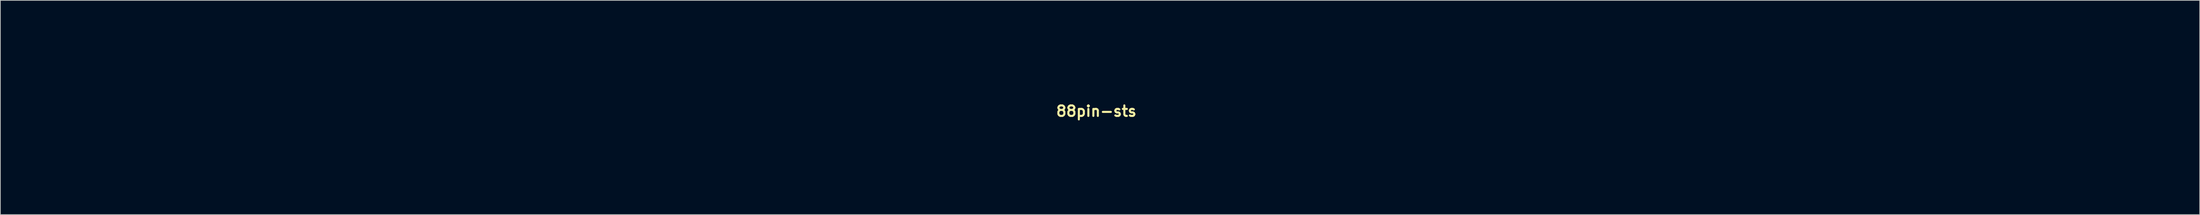
<source format=kicad_pcb>
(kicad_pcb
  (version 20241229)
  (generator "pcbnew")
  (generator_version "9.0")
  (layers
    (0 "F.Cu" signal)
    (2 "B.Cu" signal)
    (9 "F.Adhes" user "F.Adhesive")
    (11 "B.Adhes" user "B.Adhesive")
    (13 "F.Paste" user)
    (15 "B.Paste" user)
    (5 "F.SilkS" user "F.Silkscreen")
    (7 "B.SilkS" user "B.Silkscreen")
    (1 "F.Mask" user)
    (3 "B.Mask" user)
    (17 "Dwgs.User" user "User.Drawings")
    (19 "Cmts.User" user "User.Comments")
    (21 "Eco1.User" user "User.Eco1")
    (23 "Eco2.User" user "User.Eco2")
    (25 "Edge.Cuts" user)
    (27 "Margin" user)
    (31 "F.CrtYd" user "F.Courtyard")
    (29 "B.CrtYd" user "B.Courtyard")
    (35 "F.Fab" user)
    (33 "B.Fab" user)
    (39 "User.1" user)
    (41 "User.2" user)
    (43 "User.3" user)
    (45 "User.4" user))
  (footprint "88pin-sts"
    (layer "F.Cu")
    (at 156.148 13.106)
    (property "Reference" "88pin-sts" (at 0 0 0) (layer "F.SilkS") (effects (font (size 1.524 1.524) (thickness 0.3))))
    (attr through_hole)
    (fp_poly (pts (xy -151.598 6.551) (xy -151.732 6.684) (xy -151.865 6.551) (xy -151.732 6.417) (xy -151.598 6.551)) (stroke (width 0.01) (type solid)) (fill no) (layer "Eco1.User"))
    (fp_poly (pts (xy -150.261 7.887) (xy -150.395 8.021) (xy -150.528 7.887) (xy -150.395 7.754) (xy -150.261 7.887)) (stroke (width 0.01) (type solid)) (fill no) (layer "Eco1.User"))
    (fp_poly (pts (xy -147.053 1.738) (xy -147.186 1.872) (xy -147.32 1.738) (xy -147.186 1.604) (xy -147.053 1.738)) (stroke (width 0.01) (type solid)) (fill no) (layer "Eco1.User"))
    (fp_poly (pts (xy -145.448 3.342) (xy -145.582 3.476) (xy -145.716 3.342) (xy -145.582 3.208) (xy -145.448 3.342)) (stroke (width 0.01) (type solid)) (fill no) (layer "Eco1.User"))
    (fp_poly (pts (xy 147.053 2.807) (xy 146.919 2.941) (xy 146.785 2.807) (xy 146.919 2.674) (xy 147.053 2.807)) (stroke (width 0.01) (type solid)) (fill no) (layer "Eco1.User"))
    (fp_poly (pts (xy 147.053 5.748) (xy 146.919 5.882) (xy 146.785 5.748) (xy 146.919 5.615) (xy 147.053 5.748)) (stroke (width 0.01) (type solid)) (fill no) (layer "Eco1.User"))
    (fp_poly (pts (xy 153.202 6.016) (xy 153.068 6.149) (xy 152.935 6.016) (xy 153.068 5.882) (xy 153.202 6.016)) (stroke (width 0.01) (type solid)) (fill no) (layer "Eco1.User"))
    (fp_poly (pts (xy -151.954 3.565) (xy -151.922 3.882) (xy -151.954 3.921) (xy -152.113 3.885) (xy -152.133 3.743) (xy -152.035 3.523) (xy -151.954 3.565)) (stroke (width 0.01) (type solid)) (fill no) (layer "Eco1.User"))
    (fp_poly (pts (xy -151.954 5.704) (xy -151.922 6.021) (xy -151.954 6.06) (xy -152.113 6.024) (xy -152.133 5.882) (xy -152.035 5.662) (xy -151.954 5.704)) (stroke (width 0.01) (type solid)) (fill no) (layer "Eco1.User"))
    (fp_poly (pts (xy -149.548 8.11) (xy -149.585 8.269) (xy -149.726 8.288) (xy -149.946 8.191) (xy -149.905 8.11) (xy -149.587 8.078) (xy -149.548 8.11)) (stroke (width 0.01) (type solid)) (fill no) (layer "Eco1.User"))
    (fp_poly (pts (xy -147.676 1.426) (xy -147.713 1.585) (xy -147.855 1.604) (xy -148.075 1.506) (xy -148.033 1.426) (xy -147.716 1.394) (xy -147.676 1.426)) (stroke (width 0.01) (type solid)) (fill no) (layer "Eco1.User"))
    (fp_poly (pts (xy -147.409 8.11) (xy -147.446 8.269) (xy -147.587 8.288) (xy -147.807 8.191) (xy -147.766 8.11) (xy -147.448 8.078) (xy -147.409 8.11)) (stroke (width 0.01) (type solid)) (fill no) (layer "Eco1.User"))
    (fp_poly (pts (xy -145.27 3.832) (xy -145.238 4.15) (xy -145.27 4.189) (xy -145.429 4.152) (xy -145.448 4.011) (xy -145.351 3.79) (xy -145.27 3.832)) (stroke (width 0.01) (type solid)) (fill no) (layer "Eco1.User"))
    (fp_poly (pts (xy -145.27 5.436) (xy -145.238 5.754) (xy -145.27 5.793) (xy -145.429 5.756) (xy -145.448 5.615) (xy -145.351 5.395) (xy -145.27 5.436)) (stroke (width 0.01) (type solid)) (fill no) (layer "Eco1.User"))
    (fp_poly (pts (xy 146.696 3.298) (xy 146.728 3.615) (xy 146.696 3.654) (xy 146.537 3.617) (xy 146.518 3.476) (xy 146.616 3.256) (xy 146.696 3.298)) (stroke (width 0.01) (type solid)) (fill no) (layer "Eco1.User"))
    (fp_poly (pts (xy 146.696 4.902) (xy 146.728 5.219) (xy 146.696 5.258) (xy 146.537 5.222) (xy 146.518 5.08) (xy 146.616 4.86) (xy 146.696 4.902)) (stroke (width 0.01) (type solid)) (fill no) (layer "Eco1.User"))
    (fp_poly (pts (xy 149.37 0.891) (xy 149.333 1.05) (xy 149.192 1.069) (xy 148.972 0.972) (xy 149.013 0.891) (xy 149.331 0.859) (xy 149.37 0.891)) (stroke (width 0.01) (type solid)) (fill no) (layer "Eco1.User"))
    (fp_poly (pts (xy 151.241 0.891) (xy 151.205 1.05) (xy 151.063 1.069) (xy 150.843 0.972) (xy 150.885 0.891) (xy 151.202 0.859) (xy 151.241 0.891)) (stroke (width 0.01) (type solid)) (fill no) (layer "Eco1.User"))
    (fp_poly (pts (xy 151.241 7.575) (xy 151.205 7.734) (xy 151.063 7.754) (xy 150.843 7.656) (xy 150.885 7.575) (xy 151.202 7.543) (xy 151.241 7.575)) (stroke (width 0.01) (type solid)) (fill no) (layer "Eco1.User"))
    (fp_poly (pts (xy 153.38 3.03) (xy 153.412 3.347) (xy 153.38 3.387) (xy 153.221 3.35) (xy 153.202 3.208) (xy 153.3 2.988) (xy 153.38 3.03)) (stroke (width 0.01) (type solid)) (fill no) (layer "Eco1.User"))
    (fp_poly (pts (xy 153.38 5.169) (xy 153.412 5.486) (xy 153.38 5.526) (xy 153.221 5.489) (xy 153.202 5.347) (xy 153.3 5.127) (xy 153.38 5.169)) (stroke (width 0.01) (type solid)) (fill no) (layer "Eco1.User"))
    (fp_poly (pts (xy -146.317 2.247) (xy -145.812 2.721) (xy -145.739 2.928) (xy -145.808 2.941) (xy -146.026 2.761) (xy -146.41 2.339) (xy -146.919 1.738) (xy -146.317 2.247)) (stroke (width 0.01) (type solid)) (fill no) (layer "Eco1.User"))
    (fp_poly (pts (xy 151.824 1.178) (xy 152.111 1.447) (xy 152.052 1.602) (xy 152.015 1.604) (xy 151.789 1.414) (xy 151.706 1.296) (xy 151.675 1.113) (xy 151.824 1.178)) (stroke (width 0.01) (type solid)) (fill no) (layer "Eco1.User"))
    (fp_poly (pts (xy -151.457 7.035) (xy -151.264 7.185) (xy -150.893 7.515) (xy -150.796 7.653) (xy -150.926 7.733) (xy -151.281 7.389) (xy -151.365 7.286) (xy -151.596 6.969) (xy -151.457 7.035)) (stroke (width 0.01) (type solid)) (fill no) (layer "Eco1.User"))
    (fp_poly (pts (xy -145.565 6.557) (xy -145.961 7.012) (xy -146.245 7.294) (xy -147.148 8.155) (xy -146.365 7.194) (xy -145.881 6.647) (xy -145.541 6.351) (xy -145.462 6.333) (xy -145.565 6.557)) (stroke (width 0.01) (type solid)) (fill no) (layer "Eco1.User"))
    (fp_poly (pts (xy 148.48 1.084) (xy 148.36 1.304) (xy 147.93 1.707) (xy 147.753 1.849) (xy 146.919 2.494) (xy 147.646 1.729) (xy 148.127 1.275) (xy 148.439 1.076) (xy 148.48 1.084)) (stroke (width 0.01) (type solid)) (fill no) (layer "Eco1.User"))
    (fp_poly (pts (xy 152.73 1.809) (xy 152.935 2.139) (xy 153.107 2.552) (xy 153.087 2.674) (xy 152.873 2.469) (xy 152.667 2.139) (xy 152.495 1.726) (xy 152.515 1.604) (xy 152.73 1.809)) (stroke (width 0.01) (type solid)) (fill no) (layer "Eco1.User"))
    (fp_poly (pts (xy 14.277 2.63) (xy 14.805 3.263) (xy 14.973 4.163) (xy 14.973 5.08) (xy 11.764 5.08) (xy 11.764 4.186) (xy 11.981 3.248) (xy 12.575 2.625) (xy 13.437 2.406) (xy 14.277 2.63)) (stroke (width 0.01) (type solid)) (fill no) (layer "Eco1.User"))
    (fp_poly (pts (xy -36.609 2.64) (xy -36.038 3.279) (xy -35.827 4.226) (xy -35.827 4.232) (xy -35.827 5.08) (xy -39.036 5.08) (xy -39.036 4.163) (xy -38.84 3.199) (xy -38.278 2.598) (xy -37.454 2.406) (xy -36.609 2.64)) (stroke (width 0.01) (type solid)) (fill no) (layer "Eco1.User"))
    (fp_poly (pts (xy 147.708 6.715) (xy 148.361 7.178) (xy 148.791 7.442) (xy 149.079 7.666) (xy 148.995 7.746) (xy 148.605 7.577) (xy 148.053 7.15) (xy 147.913 7.018) (xy 147.573 6.666) (xy 147.579 6.619) (xy 147.708 6.715)) (stroke (width 0.01) (type solid)) (fill no) (layer "Eco1.User"))
    (fp_poly (pts (xy 152.835 6.626) (xy 152.819 6.655) (xy 152.532 6.94) (xy 152.102 7.233) (xy 151.726 7.414) (xy 151.598 7.393) (xy 151.796 7.185) (xy 152.276 6.836) (xy 152.299 6.821) (xy 152.722 6.589) (xy 152.835 6.626)) (stroke (width 0.01) (type solid)) (fill no) (layer "Eco1.User"))
    (fp_poly (pts (xy -85.558 1.622) (xy -85.715 2.915) (xy -86.181 3.784) (xy -86.95 4.218) (xy -87.429 4.27) (xy -88.062 4.196) (xy -88.392 4.073) (xy -88.91 3.442) (xy -89.229 2.454) (xy -89.301 1.622) (xy -89.301 0.535) (xy -85.558 0.535) (xy -85.558 1.622)) (stroke (width 0.01) (type solid)) (fill no) (layer "Eco1.User"))
    (fp_poly (pts (xy -81.416 0.89) (xy -80.728 1.297) (xy -80.355 1.718) (xy -80.133 2.333) (xy -80.008 3.301) (xy -79.998 3.436) (xy -79.879 5.08) (xy -83.856 5.08) (xy -83.659 3.416) (xy -83.367 2.124) (xy -82.868 1.253) (xy -82.204 0.832) (xy -81.416 0.89)) (stroke (width 0.01) (type solid)) (fill no) (layer "Eco1.User"))
    (fp_poly (pts (xy -149.291 1.415) (xy -149.335 1.575) (xy -149.539 1.604) (xy -149.986 1.771) (xy -150.626 2.196) (xy -150.963 2.472) (xy -151.508 2.923) (xy -151.702 3.005) (xy -151.584 2.751) (xy -151.15 2.27) (xy -150.533 1.815) (xy -149.9 1.481) (xy -149.418 1.367) (xy -149.291 1.415)) (stroke (width 0.01) (type solid)) (fill no) (layer "Eco1.User"))
    (fp_poly (pts (xy -103.848 0.917) (xy -103.107 1.356) (xy -102.525 2.084) (xy -102.461 2.92) (xy -102.818 3.684) (xy -103.432 4.146) (xy -104.252 4.281) (xy -105.053 4.079) (xy -105.435 3.789) (xy -105.823 3.002) (xy -105.789 2.112) (xy -105.343 1.337) (xy -104.62 0.872) (xy -103.848 0.917)) (stroke (width 0.01) (type solid)) (fill no) (layer "Eco1.User"))
    (fp_poly (pts (xy -53.583 0.917) (xy -52.841 1.356) (xy -52.259 2.084) (xy -52.196 2.92) (xy -52.553 3.684) (xy -53.167 4.146) (xy -53.986 4.281) (xy -54.787 4.079) (xy -55.17 3.789) (xy -55.558 3.002) (xy -55.523 2.112) (xy -55.078 1.337) (xy -54.355 0.872) (xy -53.583 0.917)) (stroke (width 0.01) (type solid)) (fill no) (layer "Eco1.User"))
    (fp_poly (pts (xy -43.918 2.595) (xy -43.312 3.187) (xy -43.049 4.109) (xy -43.046 4.232) (xy -43.046 5.08) (xy -44.622 5.08) (xy -45.589 5.04) (xy -46.134 4.901) (xy -46.36 4.658) (xy -46.42 3.92) (xy -46.17 3.165) (xy -45.707 2.667) (xy -44.754 2.399) (xy -43.918 2.595)) (stroke (width 0.01) (type solid)) (fill no) (layer "Eco1.User"))
    (fp_poly (pts (xy 4.545 0.105) (xy 4.443 1.042) (xy 4.059 1.774) (xy 3.77 2.111) (xy 3.123 2.7) (xy 2.562 2.896) (xy 1.898 2.765) (xy 1.872 2.756) (xy 1.252 2.318) (xy 0.904 1.51) (xy 0.802 0.35) (xy 0.802 -1.069) (xy 4.545 -1.069) (xy 4.545 0.105)) (stroke (width 0.01) (type solid)) (fill no) (layer "Eco1.User"))
    (fp_poly (pts (xy 21.532 2.61) (xy 21.644 2.667) (xy 22.113 3.176) (xy 22.359 3.933) (xy 22.296 4.658) (xy 22.048 4.913) (xy 21.48 5.045) (xy 20.559 5.08) (xy 18.983 5.08) (xy 18.983 4.186) (xy 19.201 3.256) (xy 19.777 2.639) (xy 20.593 2.402) (xy 21.532 2.61)) (stroke (width 0.01) (type solid)) (fill no) (layer "Eco1.User"))
    (fp_poly (pts (xy 50.716 2.793) (xy 51.202 3.49) (xy 51.335 4.232) (xy 51.335 5.08) (xy 49.759 5.08) (xy 48.793 5.04) (xy 48.247 4.901) (xy 48.021 4.657) (xy 47.878 3.844) (xy 48.197 3.156) (xy 48.394 2.941) (xy 49.179 2.461) (xy 49.997 2.431) (xy 50.716 2.793)) (stroke (width 0.01) (type solid)) (fill no) (layer "Eco1.User"))
    (fp_poly (pts (xy 82.357 1.215) (xy 82.794 1.904) (xy 82.884 2.514) (xy 82.667 3.409) (xy 82.107 4.017) (xy 81.344 4.281) (xy 80.517 4.142) (xy 79.943 3.743) (xy 79.474 2.989) (xy 79.538 2.202) (xy 80.065 1.458) (xy 80.864 0.945) (xy 81.671 0.88) (xy 82.357 1.215)) (stroke (width 0.01) (type solid)) (fill no) (layer "Eco1.User"))
    (fp_poly (pts (xy 103.897 0.917) (xy 104.639 1.356) (xy 105.221 2.084) (xy 105.284 2.92) (xy 104.927 3.684) (xy 104.313 4.146) (xy 103.494 4.281) (xy 102.693 4.079) (xy 102.31 3.789) (xy 101.922 3.002) (xy 101.957 2.112) (xy 102.402 1.337) (xy 103.125 0.872) (xy 103.897 0.917)) (stroke (width 0.01) (type solid)) (fill no) (layer "Eco1.User"))
    (fp_poly (pts (xy -114.78 0.909) (xy -114.166 1.337) (xy -113.734 2.082) (xy -113.671 2.939) (xy -113.984 3.69) (xy -114.121 3.835) (xy -114.868 4.218) (xy -115.718 4.246) (xy -116.455 3.932) (xy -116.691 3.684) (xy -117.072 2.788) (xy -116.93 1.966) (xy -116.403 1.356) (xy -115.541 0.878) (xy -114.78 0.909)) (stroke (width 0.01) (type solid)) (fill no) (layer "Eco1.User"))
    (fp_poly (pts (xy -108.768 1.144) (xy -108.277 1.721) (xy -108.063 2.472) (xy -108.221 3.309) (xy -108.433 3.684) (xy -109.031 4.164) (xy -109.755 4.278) (xy -110.607 4.106) (xy -111.076 3.684) (xy -111.456 2.764) (xy -111.335 1.878) (xy -110.958 1.337) (xy -110.203 0.865) (xy -109.442 0.83) (xy -108.768 1.144)) (stroke (width 0.01) (type solid)) (fill no) (layer "Eco1.User"))
    (fp_poly (pts (xy -98.013 1.02) (xy -97.371 1.552) (xy -96.907 2.21) (xy -96.787 2.662) (xy -97.018 3.403) (xy -97.603 3.944) (xy -98.377 4.225) (xy -99.178 4.184) (xy -99.821 3.789) (xy -100.191 3.05) (xy -100.177 2.224) (xy -99.843 1.47) (xy -99.251 0.947) (xy -98.647 0.802) (xy -98.013 1.02)) (stroke (width 0.01) (type solid)) (fill no) (layer "Eco1.User"))
    (fp_poly (pts (xy -92.475 0.969) (xy -91.803 1.484) (xy -91.325 2.26) (xy -91.305 3.052) (xy -91.684 3.733) (xy -92.406 4.177) (xy -93.076 4.278) (xy -93.783 4.129) (xy -94.228 3.858) (xy -94.591 3.172) (xy -94.633 2.328) (xy -94.37 1.559) (xy -94.054 1.218) (xy -93.233 0.844) (xy -92.475 0.969)) (stroke (width 0.01) (type solid)) (fill no) (layer "Eco1.User"))
    (fp_poly (pts (xy -59.261 0.912) (xy -58.35 1.305) (xy -57.846 1.983) (xy -57.79 2.839) (xy -58.168 3.684) (xy -58.782 4.146) (xy -59.601 4.281) (xy -60.402 4.079) (xy -60.785 3.789) (xy -61.191 3.018) (xy -61.181 2.207) (xy -60.828 1.492) (xy -60.203 1.008) (xy -59.379 0.893) (xy -59.261 0.912)) (stroke (width 0.01) (type solid)) (fill no) (layer "Eco1.User"))
    (fp_poly (pts (xy -44.2 -13.032) (xy -43.533 -12.609) (xy -43.119 -11.865) (xy -43.046 -11.317) (xy -43.259 -10.484) (xy -43.801 -9.901) (xy -44.526 -9.631) (xy -45.289 -9.736) (xy -45.812 -10.114) (xy -46.177 -10.848) (xy -46.214 -11.716) (xy -45.927 -12.476) (xy -45.766 -12.659) (xy -44.988 -13.071) (xy -44.2 -13.032)) (stroke (width 0.01) (type solid)) (fill no) (layer "Eco1.User"))
    (fp_poly (pts (xy -36.615 -12.909) (xy -36.006 -12.374) (xy -35.839 -12.059) (xy -35.707 -11.135) (xy -36.016 -10.281) (xy -36.469 -9.83) (xy -37.175 -9.632) (xy -37.99 -9.753) (xy -38.612 -10.135) (xy -38.965 -10.899) (xy -38.988 -11.53) (xy -38.696 -12.354) (xy -38.106 -12.874) (xy -37.364 -13.068) (xy -36.615 -12.909)) (stroke (width 0.01) (type solid)) (fill no) (layer "Eco1.User"))
    (fp_poly (pts (xy -29.25 2.611) (xy -28.775 3.158) (xy -28.482 3.906) (xy -28.478 4.555) (xy -28.654 4.855) (xy -29.031 5.015) (xy -29.742 5.075) (xy -30.231 5.08) (xy -31.817 5.08) (xy -31.817 4.186) (xy -31.657 3.356) (xy -31.328 2.849) (xy -30.634 2.495) (xy -29.817 2.426) (xy -29.25 2.611)) (stroke (width 0.01) (type solid)) (fill no) (layer "Eco1.User"))
    (fp_poly (pts (xy -25.651 -0.336) (xy -25.054 0.228) (xy -24.865 1.037) (xy -25.083 1.991) (xy -25.724 2.619) (xy -26.255 2.818) (xy -26.888 2.839) (xy -27.469 2.491) (xy -27.659 2.31) (xy -28.223 1.53) (xy -28.276 0.77) (xy -27.925 0.059) (xy -27.323 -0.422) (xy -26.607 -0.535) (xy -25.651 -0.336)) (stroke (width 0.01) (type solid)) (fill no) (layer "Eco1.User"))
    (fp_poly (pts (xy -22.538 2.475) (xy -21.805 2.821) (xy -21.302 3.432) (xy -21.173 4.227) (xy -21.253 4.622) (xy -21.464 4.846) (xy -21.935 4.959) (xy -22.797 5.02) (xy -22.927 5.026) (xy -24.598 5.106) (xy -24.598 4.198) (xy -24.438 3.355) (xy -24.109 2.849) (xy -23.354 2.461) (xy -22.538 2.475)) (stroke (width 0.01) (type solid)) (fill no) (layer "Eco1.User"))
    (fp_poly (pts (xy -14.849 -12.885) (xy -14.268 -12.335) (xy -13.952 -11.601) (xy -13.958 -10.829) (xy -14.341 -10.169) (xy -14.497 -10.041) (xy -15.417 -9.662) (xy -16.303 -9.783) (xy -16.844 -10.16) (xy -17.28 -10.912) (xy -17.292 -11.731) (xy -16.943 -12.468) (xy -16.293 -12.969) (xy -15.641 -13.101) (xy -14.849 -12.885)) (stroke (width 0.01) (type solid)) (fill no) (layer "Eco1.User"))
    (fp_poly (pts (xy -0.619 -13.032) (xy 0.048 -12.609) (xy 0.462 -11.865) (xy 0.535 -11.317) (xy 0.317 -10.491) (xy -0.236 -9.903) (xy -0.976 -9.622) (xy -1.755 -9.714) (xy -2.254 -10.045) (xy -2.596 -10.715) (xy -2.647 -11.572) (xy -2.415 -12.361) (xy -2.185 -12.659) (xy -1.407 -13.071) (xy -0.619 -13.032)) (stroke (width 0.01) (type solid)) (fill no) (layer "Eco1.User"))
    (fp_poly (pts (xy -0.084 2.793) (xy 0.402 3.49) (xy 0.535 4.232) (xy 0.535 5.08) (xy -1.025 5.08) (xy -1.895 5.052) (xy -2.535 4.978) (xy -2.763 4.902) (xy -2.944 4.392) (xy -2.842 3.693) (xy -2.498 3.043) (xy -2.406 2.941) (xy -1.621 2.461) (xy -0.803 2.431) (xy -0.084 2.793)) (stroke (width 0.01) (type solid)) (fill no) (layer "Eco1.User"))
    (fp_poly (pts (xy 6.698 2.527) (xy 7.311 2.895) (xy 7.631 3.512) (xy 7.754 4.232) (xy 7.754 5.08) (xy 6.167 5.08) (xy 5.252 5.053) (xy 4.735 4.945) (xy 4.482 4.717) (xy 4.415 4.555) (xy 4.424 3.882) (xy 4.725 3.136) (xy 5.187 2.611) (xy 5.887 2.414) (xy 6.698 2.527)) (stroke (width 0.01) (type solid)) (fill no) (layer "Eco1.User"))
    (fp_poly (pts (xy 25.149 -0.336) (xy 25.746 0.228) (xy 25.935 1.037) (xy 25.717 1.991) (xy 25.076 2.619) (xy 24.545 2.818) (xy 23.912 2.839) (xy 23.331 2.491) (xy 23.141 2.31) (xy 22.577 1.53) (xy 22.524 0.77) (xy 22.875 0.059) (xy 23.477 -0.422) (xy 24.193 -0.535) (xy 25.149 -0.336)) (stroke (width 0.01) (type solid)) (fill no) (layer "Eco1.User"))
    (fp_poly (pts (xy 43.463 -12.714) (xy 43.967 -12.1) (xy 44.128 -11.281) (xy 43.933 -10.471) (xy 43.627 -10.068) (xy 42.892 -9.696) (xy 42.056 -9.675) (xy 41.364 -10.01) (xy 41.345 -10.028) (xy 40.809 -10.847) (xy 40.804 -11.687) (xy 41.107 -12.264) (xy 41.843 -12.907) (xy 42.685 -13.032) (xy 43.463 -12.714)) (stroke (width 0.01) (type solid)) (fill no) (layer "Eco1.User"))
    (fp_poly (pts (xy 50.181 -13.032) (xy 50.848 -12.609) (xy 51.262 -11.865) (xy 51.335 -11.317) (xy 51.122 -10.484) (xy 50.58 -9.901) (xy 49.855 -9.631) (xy 49.092 -9.736) (xy 48.569 -10.114) (xy 48.204 -10.848) (xy 48.167 -11.716) (xy 48.454 -12.476) (xy 48.615 -12.659) (xy 49.393 -13.071) (xy 50.181 -13.032)) (stroke (width 0.01) (type solid)) (fill no) (layer "Eco1.User"))
    (fp_poly (pts (xy 59.467 1.02) (xy 60.109 1.552) (xy 60.573 2.21) (xy 60.693 2.662) (xy 60.462 3.403) (xy 59.877 3.944) (xy 59.103 4.225) (xy 58.302 4.184) (xy 57.659 3.789) (xy 57.289 3.05) (xy 57.303 2.224) (xy 57.637 1.47) (xy 58.229 0.947) (xy 58.833 0.802) (xy 59.467 1.02)) (stroke (width 0.01) (type solid)) (fill no) (layer "Eco1.User"))
    (fp_poly (pts (xy 64.878 -12.956) (xy 65.579 -12.521) (xy 65.988 -11.79) (xy 66.04 -11.363) (xy 65.816 -10.566) (xy 65.245 -9.981) (xy 64.483 -9.67) (xy 63.682 -9.697) (xy 63.007 -10.114) (xy 62.624 -10.861) (xy 62.596 -11.711) (xy 62.91 -12.448) (xy 63.158 -12.685) (xy 64.025 -13.032) (xy 64.878 -12.956)) (stroke (width 0.01) (type solid)) (fill no) (layer "Eco1.User"))
    (fp_poly (pts (xy 65.005 0.969) (xy 65.677 1.484) (xy 66.155 2.26) (xy 66.175 3.052) (xy 65.796 3.733) (xy 65.074 4.177) (xy 64.404 4.278) (xy 63.697 4.129) (xy 63.252 3.858) (xy 62.889 3.172) (xy 62.847 2.328) (xy 63.11 1.559) (xy 63.426 1.218) (xy 64.247 0.844) (xy 65.005 0.969)) (stroke (width 0.01) (type solid)) (fill no) (layer "Eco1.User"))
    (fp_poly (pts (xy 79.532 -12.885) (xy 80.113 -12.335) (xy 80.429 -11.601) (xy 80.423 -10.829) (xy 80.04 -10.169) (xy 79.884 -10.041) (xy 78.964 -9.662) (xy 78.078 -9.783) (xy 77.537 -10.16) (xy 77.101 -10.912) (xy 77.089 -11.731) (xy 77.438 -12.468) (xy 78.088 -12.969) (xy 78.74 -13.101) (xy 79.532 -12.885)) (stroke (width 0.01) (type solid)) (fill no) (layer "Eco1.User"))
    (fp_poly (pts (xy 87.35 0.909) (xy 87.964 1.337) (xy 88.397 2.082) (xy 88.459 2.939) (xy 88.147 3.69) (xy 88.01 3.835) (xy 87.263 4.218) (xy 86.413 4.246) (xy 85.676 3.932) (xy 85.439 3.684) (xy 85.058 2.788) (xy 85.201 1.966) (xy 85.728 1.356) (xy 86.589 0.878) (xy 87.35 0.909)) (stroke (width 0.01) (type solid)) (fill no) (layer "Eco1.User"))
    (fp_poly (pts (xy 98.786 1.115) (xy 99.431 1.667) (xy 99.677 2.464) (xy 99.482 3.351) (xy 99.427 3.457) (xy 98.849 4.015) (xy 98.045 4.254) (xy 97.227 4.148) (xy 96.707 3.802) (xy 96.31 3.004) (xy 96.342 2.109) (xy 96.787 1.337) (xy 97.392 0.897) (xy 98.043 0.853) (xy 98.786 1.115)) (stroke (width 0.01) (type solid)) (fill no) (layer "Eco1.User"))
    (fp_poly (pts (xy 100.981 -13.032) (xy 101.648 -12.609) (xy 102.062 -11.865) (xy 102.135 -11.317) (xy 101.922 -10.484) (xy 101.38 -9.901) (xy 100.655 -9.631) (xy 99.892 -9.736) (xy 99.369 -10.114) (xy 99.004 -10.848) (xy 98.967 -11.716) (xy 99.254 -12.476) (xy 99.415 -12.659) (xy 100.193 -13.071) (xy 100.981 -13.032)) (stroke (width 0.01) (type solid)) (fill no) (layer "Eco1.User"))
    (fp_poly (pts (xy 108.642 -12.844) (xy 109.236 -12.294) (xy 109.514 -11.486) (xy 109.458 -10.806) (xy 109.043 -10.105) (xy 108.337 -9.703) (xy 107.516 -9.641) (xy 106.757 -9.96) (xy 106.569 -10.135) (xy 106.202 -10.887) (xy 106.221 -11.742) (xy 106.593 -12.492) (xy 106.966 -12.8) (xy 107.847 -13.043) (xy 108.642 -12.844)) (stroke (width 0.01) (type solid)) (fill no) (layer "Eco1.User"))
    (fp_poly (pts (xy 115.7 -12.964) (xy 116.305 -12.566) (xy 116.769 -11.808) (xy 116.738 -10.924) (xy 116.381 -10.134) (xy 115.816 -9.521) (xy 115.123 -9.411) (xy 114.27 -9.802) (xy 114.099 -9.923) (xy 113.5 -10.607) (xy 113.364 -11.252) (xy 113.58 -12.135) (xy 114.134 -12.756) (xy 114.887 -13.053) (xy 115.7 -12.964)) (stroke (width 0.01) (type solid)) (fill no) (layer "Eco1.User"))
    (fp_poly (pts (xy -108.924 -12.66) (xy -108.424 -11.99) (xy -108.284 -11.283) (xy -108.424 -10.511) (xy -108.894 -10.069) (xy -109.767 -9.899) (xy -110.066 -9.893) (xy -110.899 -9.969) (xy -111.365 -10.236) (xy -111.483 -10.41) (xy -111.746 -11.364) (xy -111.495 -12.231) (xy -111.225 -12.566) (xy -110.467 -13.011) (xy -109.652 -13.021) (xy -108.924 -12.66)) (stroke (width 0.01) (type solid)) (fill no) (layer "Eco1.User"))
    (fp_poly (pts (xy -69.856 1.033) (xy -69.315 1.617) (xy -69.034 2.392) (xy -69.074 3.193) (xy -69.47 3.835) (xy -70.217 4.218) (xy -71.067 4.246) (xy -71.804 3.932) (xy -72.041 3.684) (xy -72.359 3.055) (xy -72.457 2.602) (xy -72.241 2.01) (xy -71.716 1.394) (xy -71.07 0.935) (xy -70.597 0.802) (xy -69.856 1.033)) (stroke (width 0.01) (type solid)) (fill no) (layer "Eco1.User"))
    (fp_poly (pts (xy -64.307 1.005) (xy -63.901 1.337) (xy -63.468 2.082) (xy -63.406 2.939) (xy -63.718 3.69) (xy -63.855 3.835) (xy -64.602 4.218) (xy -65.452 4.246) (xy -66.189 3.932) (xy -66.426 3.684) (xy -66.831 2.762) (xy -66.721 1.935) (xy -66.11 1.26) (xy -65.857 1.109) (xy -65.009 0.825) (xy -64.307 1.005)) (stroke (width 0.01) (type solid)) (fill no) (layer "Eco1.User"))
    (fp_poly (pts (xy -47.279 -0.256) (xy -46.938 0.059) (xy -46.562 0.89) (xy -46.694 1.654) (xy -47.178 2.285) (xy -47.812 2.79) (xy -48.41 2.891) (xy -48.928 2.756) (xy -49.574 2.274) (xy -49.936 1.512) (xy -49.968 0.667) (xy -49.627 -0.063) (xy -49.578 -0.115) (xy -48.892 -0.477) (xy -48.048 -0.519) (xy -47.279 -0.256)) (stroke (width 0.01) (type solid)) (fill no) (layer "Eco1.User"))
    (fp_poly (pts (xy -40.451 -0.476) (xy -39.796 -0.04) (xy -39.719 0.059) (xy -39.338 0.955) (xy -39.481 1.777) (xy -40.008 2.387) (xy -40.675 2.825) (xy -41.218 2.889) (xy -41.843 2.622) (xy -42.496 2.108) (xy -42.753 1.431) (xy -42.775 1.044) (xy -42.554 0.276) (xy -41.988 -0.267) (xy -41.234 -0.535) (xy -40.451 -0.476)) (stroke (width 0.01) (type solid)) (fill no) (layer "Eco1.User"))
    (fp_poly (pts (xy -32.93 -0.319) (xy -32.308 0.262) (xy -32.088 1.091) (xy -32.225 1.877) (xy -32.707 2.417) (xy -33.069 2.634) (xy -33.679 2.892) (xy -34.157 2.85) (xy -34.743 2.475) (xy -34.856 2.387) (xy -35.407 1.681) (xy -35.523 0.893) (xy -35.254 0.166) (xy -34.647 -0.357) (xy -33.848 -0.535) (xy -32.93 -0.319)) (stroke (width 0.01) (type solid)) (fill no) (layer "Eco1.User"))
    (fp_poly (pts (xy -29.387 -12.915) (xy -28.876 -12.566) (xy -28.404 -11.811) (xy -28.369 -11.05) (xy -28.683 -10.377) (xy -29.26 -9.886) (xy -30.011 -9.672) (xy -30.848 -9.829) (xy -31.223 -10.041) (xy -31.705 -10.652) (xy -31.798 -11.411) (xy -31.556 -12.168) (xy -31.034 -12.776) (xy -30.288 -13.087) (xy -30.079 -13.101) (xy -29.387 -12.915)) (stroke (width 0.01) (type solid)) (fill no) (layer "Eco1.User"))
    (fp_poly (pts (xy -22.063 -12.863) (xy -21.428 -12.264) (xy -21.127 -11.48) (xy -21.122 -11.363) (xy -21.36 -10.566) (xy -21.959 -9.931) (xy -22.743 -9.631) (xy -22.86 -9.625) (xy -23.552 -9.811) (xy -24.063 -10.16) (xy -24.499 -10.912) (xy -24.511 -11.731) (xy -24.162 -12.468) (xy -23.512 -12.969) (xy -22.86 -13.101) (xy -22.063 -12.863)) (stroke (width 0.01) (type solid)) (fill no) (layer "Eco1.User"))
    (fp_poly (pts (xy -18.421 -0.336) (xy -17.841 0.248) (xy -17.646 1.19) (xy -17.776 2.003) (xy -18.235 2.511) (xy -19.038 2.811) (xy -19.648 2.843) (xy -20.209 2.525) (xy -20.466 2.285) (xy -20.945 1.682) (xy -21.041 1.118) (xy -20.993 0.857) (xy -20.659 0.003) (xy -20.132 -0.426) (xy -19.371 -0.535) (xy -18.421 -0.336)) (stroke (width 0.01) (type solid)) (fill no) (layer "Eco1.User"))
    (fp_poly (pts (xy -7.815 2.564) (xy -7.175 3.024) (xy -6.775 3.748) (xy -6.728 4.513) (xy -6.769 4.648) (xy -7.123 4.917) (xy -7.807 5.071) (xy -8.631 5.107) (xy -9.407 5.025) (xy -9.945 4.822) (xy -10.064 4.678) (xy -10.141 3.849) (xy -9.801 3.129) (xy -9.161 2.631) (xy -8.339 2.463) (xy -7.815 2.564)) (stroke (width 0.01) (type solid)) (fill no) (layer "Eco1.User"))
    (fp_poly (pts (xy 7.14 -12.715) (xy 7.694 -12.001) (xy 7.886 -11.032) (xy 7.85 -10.628) (xy 7.712 -9.996) (xy 7.463 -9.708) (xy 6.93 -9.629) (xy 6.557 -9.625) (xy 5.506 -9.78) (xy 4.988 -10.114) (xy 4.579 -10.883) (xy 4.57 -11.702) (xy 4.897 -12.432) (xy 5.497 -12.929) (xy 6.3 -13.054) (xy 7.14 -12.715)) (stroke (width 0.01) (type solid)) (fill no) (layer "Eco1.User"))
    (fp_poly (pts (xy 10.349 -0.476) (xy 11.004 -0.04) (xy 11.081 0.059) (xy 11.462 0.955) (xy 11.319 1.777) (xy 10.792 2.387) (xy 10.125 2.825) (xy 9.582 2.889) (xy 8.957 2.622) (xy 8.304 2.108) (xy 8.047 1.431) (xy 8.025 1.044) (xy 8.246 0.276) (xy 8.812 -0.267) (xy 9.566 -0.535) (xy 10.349 -0.476)) (stroke (width 0.01) (type solid)) (fill no) (layer "Eco1.User"))
    (fp_poly (pts (xy 17.87 -0.319) (xy 18.492 0.262) (xy 18.712 1.091) (xy 18.575 1.877) (xy 18.093 2.417) (xy 17.731 2.634) (xy 17.121 2.892) (xy 16.643 2.85) (xy 16.057 2.475) (xy 15.944 2.387) (xy 15.393 1.681) (xy 15.277 0.893) (xy 15.546 0.166) (xy 16.153 -0.357) (xy 16.952 -0.535) (xy 17.87 -0.319)) (stroke (width 0.01) (type solid)) (fill no) (layer "Eco1.User"))
    (fp_poly (pts (xy 21.518 -12.863) (xy 22.153 -12.264) (xy 22.454 -11.48) (xy 22.459 -11.363) (xy 22.221 -10.566) (xy 21.622 -9.931) (xy 20.838 -9.631) (xy 20.721 -9.625) (xy 20.029 -9.811) (xy 19.518 -10.16) (xy 19.082 -10.912) (xy 19.07 -11.731) (xy 19.419 -12.468) (xy 20.069 -12.969) (xy 20.721 -13.101) (xy 21.518 -12.863)) (stroke (width 0.01) (type solid)) (fill no) (layer "Eco1.User"))
    (fp_poly (pts (xy 32.289 -0.377) (xy 32.903 0.125) (xy 33.149 1.015) (xy 33.154 1.19) (xy 32.936 2.075) (xy 32.355 2.641) (xy 31.522 2.82) (xy 30.81 2.661) (xy 30.16 2.146) (xy 29.85 1.355) (xy 29.943 0.473) (xy 30.011 0.31) (xy 30.417 -0.223) (xy 31.081 -0.456) (xy 31.318 -0.482) (xy 32.289 -0.377)) (stroke (width 0.01) (type solid)) (fill no) (layer "Eco1.User"))
    (fp_poly (pts (xy 35.767 2.564) (xy 36.406 3.024) (xy 36.806 3.748) (xy 36.853 4.513) (xy 36.812 4.648) (xy 36.458 4.917) (xy 35.774 5.071) (xy 34.95 5.107) (xy 34.174 5.025) (xy 33.636 4.822) (xy 33.518 4.678) (xy 33.44 3.849) (xy 33.78 3.129) (xy 34.42 2.631) (xy 35.242 2.463) (xy 35.767 2.564)) (stroke (width 0.01) (type solid)) (fill no) (layer "Eco1.User"))
    (fp_poly (pts (xy 47.102 -0.256) (xy 47.443 0.059) (xy 47.819 0.89) (xy 47.687 1.654) (xy 47.203 2.285) (xy 46.569 2.79) (xy 45.971 2.891) (xy 45.453 2.756) (xy 44.807 2.274) (xy 44.445 1.512) (xy 44.413 0.667) (xy 44.754 -0.063) (xy 44.803 -0.115) (xy 45.489 -0.477) (xy 46.333 -0.519) (xy 47.102 -0.256)) (stroke (width 0.01) (type solid)) (fill no) (layer "Eco1.User"))
    (fp_poly (pts (xy 54.425 -0.189) (xy 54.662 0.059) (xy 55.043 0.955) (xy 54.9 1.777) (xy 54.373 2.387) (xy 53.725 2.811) (xy 53.173 2.89) (xy 52.672 2.756) (xy 52.014 2.273) (xy 51.661 1.52) (xy 51.652 0.69) (xy 52.025 -0.029) (xy 52.091 -0.092) (xy 52.838 -0.475) (xy 53.688 -0.503) (xy 54.425 -0.189)) (stroke (width 0.01) (type solid)) (fill no) (layer "Eco1.User"))
    (fp_poly (pts (xy 57.625 -12.916) (xy 58.241 -12.475) (xy 58.614 -11.814) (xy 58.663 -11.035) (xy 58.306 -10.243) (xy 58.116 -10.028) (xy 57.439 -9.684) (xy 56.614 -9.681) (xy 55.895 -10.01) (xy 55.788 -10.114) (xy 55.394 -10.878) (xy 55.378 -11.732) (xy 55.724 -12.471) (xy 55.998 -12.714) (xy 56.85 -13.03) (xy 57.625 -12.916)) (stroke (width 0.01) (type solid)) (fill no) (layer "Eco1.User"))
    (fp_poly (pts (xy 72.318 -12.863) (xy 72.953 -12.264) (xy 73.254 -11.48) (xy 73.259 -11.363) (xy 73.021 -10.566) (xy 72.422 -9.931) (xy 71.638 -9.631) (xy 71.521 -9.625) (xy 70.829 -9.811) (xy 70.318 -10.16) (xy 69.882 -10.912) (xy 69.87 -11.731) (xy 70.219 -12.468) (xy 70.869 -12.969) (xy 71.521 -13.101) (xy 72.318 -12.863)) (stroke (width 0.01) (type solid)) (fill no) (layer "Eco1.User"))
    (fp_poly (pts (xy 76.158 0.929) (xy 76.675 1.218) (xy 77.123 1.821) (xy 77.275 2.645) (xy 77.116 3.457) (xy 76.849 3.858) (xy 76.169 4.206) (xy 75.305 4.238) (xy 74.512 3.945) (xy 74.469 3.915) (xy 74.055 3.318) (xy 73.975 2.52) (xy 74.218 1.733) (xy 74.581 1.295) (xy 75.381 0.858) (xy 76.158 0.929)) (stroke (width 0.01) (type solid)) (fill no) (layer "Eco1.User"))
    (fp_poly (pts (xy 93.173 1.005) (xy 93.579 1.337) (xy 94.012 2.082) (xy 94.074 2.939) (xy 93.762 3.69) (xy 93.625 3.835) (xy 92.878 4.218) (xy 92.028 4.246) (xy 91.291 3.932) (xy 91.054 3.684) (xy 90.649 2.762) (xy 90.759 1.935) (xy 91.37 1.26) (xy 91.623 1.109) (xy 92.471 0.825) (xy 93.173 1.005)) (stroke (width 0.01) (type solid)) (fill no) (layer "Eco1.User"))
    (fp_poly (pts (xy 109.75 1.018) (xy 110.366 1.543) (xy 110.825 2.189) (xy 110.958 2.662) (xy 110.727 3.403) (xy 110.143 3.944) (xy 109.368 4.225) (xy 108.567 4.184) (xy 107.925 3.789) (xy 107.542 3.042) (xy 107.514 2.192) (xy 107.828 1.455) (xy 108.076 1.218) (xy 108.705 0.9) (xy 109.158 0.802) (xy 109.75 1.018)) (stroke (width 0.01) (type solid)) (fill no) (layer "Eco1.User"))
    (fp_poly (pts (xy 115.288 0.968) (xy 115.785 1.295) (xy 116.252 1.949) (xy 116.402 2.761) (xy 116.225 3.522) (xy 115.898 3.915) (xy 115.117 4.228) (xy 114.251 4.218) (xy 113.551 3.89) (xy 113.517 3.858) (xy 113.154 3.172) (xy 113.112 2.328) (xy 113.376 1.559) (xy 113.691 1.218) (xy 114.517 0.841) (xy 115.288 0.968)) (stroke (width 0.01) (type solid)) (fill no) (layer "Eco1.User"))
    (fp_poly (pts (xy -125.455 1.218) (xy -125.008 1.821) (xy -124.856 2.645) (xy -125.015 3.457) (xy -125.281 3.858) (xy -125.952 4.202) (xy -126.801 4.245) (xy -127.557 3.977) (xy -127.603 3.944) (xy -127.996 3.436) (xy -128.214 2.888) (xy -128.234 2.256) (xy -127.886 1.674) (xy -127.706 1.484) (xy -126.926 0.92) (xy -126.166 0.867) (xy -125.455 1.218)) (stroke (width 0.01) (type solid)) (fill no) (layer "Eco1.User"))
    (fp_poly (pts (xy -120.719 0.741) (xy -120.335 0.926) (xy -119.605 1.481) (xy -119.283 2.254) (xy -119.246 2.788) (xy -119.471 3.533) (xy -120.042 4.037) (xy -120.807 4.25) (xy -121.614 4.122) (xy -122.187 3.743) (xy -122.599 3.206) (xy -122.684 2.637) (xy -122.448 1.868) (xy -122.272 1.48) (xy -121.858 0.803) (xy -121.389 0.571) (xy -120.719 0.741)) (stroke (width 0.01) (type solid)) (fill no) (layer "Eco1.User"))
    (fp_poly (pts (xy -116.181 -12.706) (xy -115.688 -12.066) (xy -115.55 -11.224) (xy -115.731 -10.541) (xy -116.006 -10.129) (xy -116.452 -9.939) (xy -117.241 -9.893) (xy -118.03 -9.938) (xy -118.472 -10.127) (xy -118.752 -10.543) (xy -118.765 -10.572) (xy -118.926 -11.465) (xy -118.66 -12.287) (xy -118.034 -12.864) (xy -117.849 -12.944) (xy -116.934 -13.035) (xy -116.181 -12.706)) (stroke (width 0.01) (type solid)) (fill no) (layer "Eco1.User"))
    (fp_poly (pts (xy -102.219 -12.963) (xy -101.562 -12.541) (xy -101.162 -11.816) (xy -101.114 -11.538) (xy -101.169 -10.656) (xy -101.58 -10.13) (xy -102.399 -9.908) (xy -102.803 -9.893) (xy -103.555 -9.94) (xy -103.97 -10.15) (xy -104.244 -10.624) (xy -104.256 -10.651) (xy -104.435 -11.406) (xy -104.242 -12.128) (xy -103.707 -12.784) (xy -102.983 -13.053) (xy -102.219 -12.963)) (stroke (width 0.01) (type solid)) (fill no) (layer "Eco1.User"))
    (fp_poly (pts (xy -94.531 -12.701) (xy -94.019 -12.262) (xy -93.847 -11.455) (xy -93.846 -11.363) (xy -93.944 -10.671) (xy -94.167 -10.213) (xy -94.695 -9.978) (xy -95.474 -9.902) (xy -96.246 -9.987) (xy -96.734 -10.213) (xy -96.964 -10.696) (xy -97.055 -11.363) (xy -96.91 -12.206) (xy -96.431 -12.675) (xy -95.551 -12.833) (xy -95.451 -12.834) (xy -94.531 -12.701)) (stroke (width 0.01) (type solid)) (fill no) (layer "Eco1.User"))
    (fp_poly (pts (xy -80.096 -12.868) (xy -79.495 -12.345) (xy -79.194 -11.589) (xy -79.301 -10.701) (xy -79.355 -10.572) (xy -79.638 -10.136) (xy -80.082 -9.938) (xy -80.84 -9.893) (xy -81.707 -9.982) (xy -82.276 -10.218) (xy -82.335 -10.276) (xy -82.602 -10.969) (xy -82.516 -11.791) (xy -82.126 -12.518) (xy -81.766 -12.817) (xy -80.889 -13.059) (xy -80.096 -12.868)) (stroke (width 0.01) (type solid)) (fill no) (layer "Eco1.User"))
    (fp_poly (pts (xy -72.6 -12.706) (xy -72.107 -12.066) (xy -71.969 -11.224) (xy -72.15 -10.541) (xy -72.425 -10.129) (xy -72.87 -9.939) (xy -73.66 -9.893) (xy -74.449 -9.938) (xy -74.891 -10.127) (xy -75.171 -10.543) (xy -75.184 -10.572) (xy -75.345 -11.465) (xy -75.079 -12.287) (xy -74.453 -12.864) (xy -74.268 -12.944) (xy -73.353 -13.035) (xy -72.6 -12.706)) (stroke (width 0.01) (type solid)) (fill no) (layer "Eco1.User"))
    (fp_poly (pts (xy -65.381 -12.706) (xy -64.888 -12.066) (xy -64.75 -11.224) (xy -64.931 -10.541) (xy -65.206 -10.129) (xy -65.652 -9.939) (xy -66.441 -9.893) (xy -67.23 -9.938) (xy -67.672 -10.127) (xy -67.952 -10.543) (xy -67.965 -10.572) (xy -68.126 -11.465) (xy -67.86 -12.287) (xy -67.234 -12.864) (xy -67.049 -12.944) (xy -66.134 -13.035) (xy -65.381 -12.706)) (stroke (width 0.01) (type solid)) (fill no) (layer "Eco1.User"))
    (fp_poly (pts (xy -14.85 2.653) (xy -14.254 3.159) (xy -13.955 3.876) (xy -13.954 4.227) (xy -14.043 4.641) (xy -14.28 4.867) (xy -14.803 4.976) (xy -15.518 5.025) (xy -16.368 5.036) (xy -16.987 4.983) (xy -17.189 4.913) (xy -17.372 4.402) (xy -17.281 3.678) (xy -16.963 3.001) (xy -16.351 2.514) (xy -15.598 2.418) (xy -14.85 2.653)) (stroke (width 0.01) (type solid)) (fill no) (layer "Eco1.User"))
    (fp_poly (pts (xy -11.178 -0.567) (xy -11.071 -0.468) (xy -10.644 0.186) (xy -10.435 1.009) (xy -10.465 1.795) (xy -10.757 2.337) (xy -10.762 2.341) (xy -11.665 2.762) (xy -12.617 2.687) (xy -12.834 2.595) (xy -13.393 2.049) (xy -13.623 1.247) (xy -13.51 0.367) (xy -13.051 -0.408) (xy -12.402 -0.941) (xy -11.828 -0.993) (xy -11.178 -0.567)) (stroke (width 0.01) (type solid)) (fill no) (layer "Eco1.User"))
    (fp_poly (pts (xy -7.823 -13.034) (xy -7.187 -12.762) (xy -7.056 -12.633) (xy -6.746 -11.877) (xy -6.736 -11) (xy -7.016 -10.248) (xy -7.173 -10.068) (xy -7.944 -9.693) (xy -8.856 -9.692) (xy -9.395 -9.897) (xy -9.864 -10.446) (xy -10.021 -11.232) (xy -9.875 -12.064) (xy -9.433 -12.751) (xy -9.251 -12.896) (xy -8.603 -13.089) (xy -7.823 -13.034)) (stroke (width 0.01) (type solid)) (fill no) (layer "Eco1.User"))
    (fp_poly (pts (xy 28.262 2.475) (xy 28.995 2.821) (xy 29.498 3.432) (xy 29.627 4.227) (xy 29.538 4.641) (xy 29.301 4.867) (xy 28.778 4.976) (xy 28.063 5.025) (xy 27.213 5.036) (xy 26.594 4.983) (xy 26.392 4.913) (xy 26.205 4.407) (xy 26.261 3.701) (xy 26.524 3.049) (xy 26.691 2.849) (xy 27.446 2.461) (xy 28.262 2.475)) (stroke (width 0.01) (type solid)) (fill no) (layer "Eco1.User"))
    (fp_poly (pts (xy 29.389 -12.784) (xy 30.124 -12.654) (xy 30.427 -12.513) (xy 30.617 -12.069) (xy 30.732 -11.314) (xy 30.747 -10.909) (xy 30.747 -9.625) (xy 27.071 -9.625) (xy 26.904 -10.461) (xy 26.779 -11.342) (xy 26.737 -12.065) (xy 26.759 -12.483) (xy 26.906 -12.713) (xy 27.301 -12.811) (xy 28.068 -12.833) (xy 28.421 -12.834) (xy 29.389 -12.784)) (stroke (width 0.01) (type solid)) (fill no) (layer "Eco1.User"))
    (fp_poly (pts (xy 39.726 -0.408) (xy 40.052 -0.214) (xy 40.283 0.296) (xy 40.363 1.048) (xy 40.293 1.8) (xy 40.073 2.309) (xy 40.038 2.341) (xy 39.135 2.762) (xy 38.183 2.687) (xy 37.966 2.595) (xy 37.444 2.068) (xy 37.195 1.285) (xy 37.252 0.466) (xy 37.57 -0.1) (xy 38.175 -0.418) (xy 38.979 -0.524) (xy 39.726 -0.408)) (stroke (width 0.01) (type solid)) (fill no) (layer "Eco1.User"))
    (fp_poly (pts (xy 70.374 0.873) (xy 70.786 1.078) (xy 71.351 1.562) (xy 71.587 2.3) (xy 71.602 2.448) (xy 71.492 3.418) (xy 70.992 4.04) (xy 70.132 4.277) (xy 70.051 4.278) (xy 69.329 4.13) (xy 68.852 3.844) (xy 68.495 3.15) (xy 68.5 2.307) (xy 68.831 1.524) (xy 69.315 1.078) (xy 69.898 0.819) (xy 70.374 0.873)) (stroke (width 0.01) (type solid)) (fill no) (layer "Eco1.User"))
    (fp_poly (pts (xy 87.076 -12.683) (xy 87.559 -11.957) (xy 87.649 -11.53) (xy 87.519 -10.611) (xy 87.019 -9.95) (xy 86.278 -9.621) (xy 85.426 -9.7) (xy 84.922 -9.969) (xy 84.612 -10.371) (xy 84.519 -11.053) (xy 84.537 -11.502) (xy 84.639 -12.273) (xy 84.871 -12.692) (xy 85.337 -12.94) (xy 85.376 -12.954) (xy 86.305 -13.042) (xy 87.076 -12.683)) (stroke (width 0.01) (type solid)) (fill no) (layer "Eco1.User"))
    (fp_poly (pts (xy 120.64 0.873) (xy 121.051 1.078) (xy 121.616 1.562) (xy 121.852 2.3) (xy 121.867 2.448) (xy 121.758 3.418) (xy 121.258 4.04) (xy 120.397 4.277) (xy 120.316 4.278) (xy 119.595 4.13) (xy 119.118 3.844) (xy 118.761 3.15) (xy 118.765 2.307) (xy 119.096 1.524) (xy 119.581 1.078) (xy 120.164 0.819) (xy 120.64 0.873)) (stroke (width 0.01) (type solid)) (fill no) (layer "Eco1.User"))
    (fp_poly (pts (xy -87.648 -13.015) (xy -87.111 -12.633) (xy -86.58 -11.76) (xy -86.551 -10.914) (xy -86.677 -10.558) (xy -86.976 -10.117) (xy -87.457 -9.927) (xy -88.087 -9.893) (xy -88.863 -9.966) (xy -89.427 -10.148) (xy -89.515 -10.213) (xy -89.741 -10.692) (xy -89.836 -11.395) (xy -89.836 -11.401) (xy -89.626 -12.209) (xy -89.094 -12.79) (xy -88.387 -13.081) (xy -87.648 -13.015)) (stroke (width 0.01) (type solid)) (fill no) (layer "Eco1.User"))
    (fp_poly (pts (xy -51.055 -12.848) (xy -50.5 -12.312) (xy -50.266 -11.472) (xy -50.265 -11.41) (xy -50.39 -10.573) (xy -50.818 -10.095) (xy -51.635 -9.905) (xy -52.024 -9.893) (xy -52.764 -9.94) (xy -53.176 -10.159) (xy -53.461 -10.664) (xy -53.481 -10.712) (xy -53.674 -11.349) (xy -53.556 -11.845) (xy -53.286 -12.249) (xy -52.583 -12.854) (xy -51.794 -13.041) (xy -51.055 -12.848)) (stroke (width 0.01) (type solid)) (fill no) (layer "Eco1.User"))
    (fp_poly (pts (xy -3.879 -0.405) (xy -3.371 0.054) (xy -3.071 0.857) (xy -3.042 1.481) (xy -3.375 2.051) (xy -3.572 2.259) (xy -4.215 2.787) (xy -4.797 2.899) (xy -5.543 2.632) (xy -5.615 2.597) (xy -6.132 2.155) (xy -6.353 1.414) (xy -6.364 1.297) (xy -6.258 0.328) (xy -5.755 -0.285) (xy -4.863 -0.53) (xy -4.693 -0.535) (xy -3.879 -0.405)) (stroke (width 0.01) (type solid)) (fill no) (layer "Eco1.User"))
    (fp_poly (pts (xy 14.27 -12.776) (xy 14.695 -12.54) (xy 14.93 -12.153) (xy 15.207 -11.311) (xy 15.105 -10.676) (xy 14.705 -10.16) (xy 13.96 -9.727) (xy 13.104 -9.665) (xy 12.352 -9.977) (xy 12.207 -10.114) (xy 11.871 -10.774) (xy 11.777 -11.587) (xy 11.936 -12.3) (xy 12.085 -12.513) (xy 12.541 -12.716) (xy 13.281 -12.827) (xy 13.513 -12.834) (xy 14.27 -12.776)) (stroke (width 0.01) (type solid)) (fill no) (layer "Eco1.User"))
    (fp_poly (pts (xy 35.61 -12.986) (xy 36.415 -12.608) (xy 36.839 -11.881) (xy 36.897 -11.372) (xy 36.672 -10.498) (xy 36.093 -9.892) (xy 35.305 -9.627) (xy 34.452 -9.775) (xy 34.126 -9.967) (xy 33.845 -10.354) (xy 33.555 -11.016) (xy 33.317 -11.762) (xy 33.192 -12.401) (xy 33.235 -12.737) (xy 33.538 -12.833) (xy 34.178 -12.953) (xy 34.457 -12.994) (xy 35.61 -12.986)) (stroke (width 0.01) (type solid)) (fill no) (layer "Eco1.User"))
    (fp_poly (pts (xy 43.457 2.744) (xy 43.946 3.347) (xy 44.069 4.186) (xy 44.069 4.187) (xy 43.982 4.623) (xy 43.758 4.86) (xy 43.258 4.972) (xy 42.501 5.025) (xy 41.651 5.036) (xy 41.032 4.983) (xy 40.83 4.913) (xy 40.639 4.393) (xy 40.74 3.688) (xy 41.09 3.033) (xy 41.175 2.941) (xy 41.932 2.481) (xy 42.739 2.435) (xy 43.457 2.744)) (stroke (width 0.01) (type solid)) (fill no) (layer "Eco1.User"))
    (fp_poly (pts (xy 94.132 -12.858) (xy 94.682 -12.305) (xy 94.915 -11.435) (xy 94.916 -11.368) (xy 94.686 -10.481) (xy 94.094 -9.768) (xy 93.287 -9.386) (xy 93.001 -9.358) (xy 92.499 -9.476) (xy 92.104 -9.912) (xy 91.837 -10.437) (xy 91.549 -11.125) (xy 91.495 -11.554) (xy 91.681 -11.952) (xy 91.889 -12.242) (xy 92.604 -12.865) (xy 93.396 -13.058) (xy 94.132 -12.858)) (stroke (width 0.01) (type solid)) (fill no) (layer "Eco1.User"))
    (fp_poly (pts (xy -58.107 -12.684) (xy -57.623 -11.962) (xy -57.533 -11.538) (xy -57.565 -10.812) (xy -57.761 -10.283) (xy -57.766 -10.276) (xy -58.225 -10.024) (xy -58.94 -9.902) (xy -59.709 -9.911) (xy -60.33 -10.051) (xy -60.585 -10.266) (xy -60.658 -10.765) (xy -60.654 -11.516) (xy -60.644 -11.664) (xy -60.512 -12.389) (xy -60.189 -12.78) (xy -59.805 -12.954) (xy -58.878 -13.041) (xy -58.107 -12.684)) (stroke (width 0.01) (type solid)) (fill no) (layer "Eco1.User"))
    (fp_poly (pts (xy -74.883 0.541) (xy -74.141 0.569) (xy -73.771 0.639) (xy -73.691 0.765) (xy -73.82 0.966) (xy -73.852 1.003) (xy -74.174 1.579) (xy -74.42 2.367) (xy -74.439 2.465) (xy -74.664 3.236) (xy -74.982 3.819) (xy -75.026 3.868) (xy -75.711 4.217) (xy -76.564 4.223) (xy -77.351 3.9) (xy -77.537 3.743) (xy -77.98 2.935) (xy -78.072 2.192) (xy -78.151 1.444) (xy -78.348 0.91) (xy -78.392 0.856) (xy -78.429 0.705) (xy -78.135 0.607) (xy -77.446 0.554) (xy -76.298 0.535) (xy -76.078 0.535) (xy -74.883 0.541)) (stroke (width 0.01) (type solid)) (fill no) (layer "Eco1.User"))
    (fp_poly (pts (xy 157.213 11.497) (xy 142.507 11.497) (xy 142.507 0.922) (xy 142.775 0.922) (xy 142.775 7.073) (xy 144.841 9.151) (xy 146.906 11.229) (xy 152.522 11.229) (xy 154.6 9.164) (xy 156.678 7.098) (xy 156.678 0.922) (xy 154.733 -1.009) (xy 152.788 -2.941) (xy 146.664 -2.941) (xy 144.719 -1.009) (xy 142.775 0.922) (xy 142.507 0.922) (xy 142.507 0) (xy 141.913 0) (xy 141.696 -0.056) (xy 141.727 -0.266) (xy 142.047 -0.689) (xy 142.697 -1.385) (xy 143.176 -1.872) (xy 145.033 -3.743) (xy 157.213 -3.743) (xy 157.213 11.497)) (stroke (width 0.01) (type solid)) (fill no) (layer "Eco1.User"))
    (fp_poly (pts (xy -146.368 -3.188) (xy -145.454 -3.109) (xy -144.717 -2.96) (xy -144.07 -2.734) (xy -143.782 -2.604) (xy -143.065 -2.202) (xy -142.605 -1.823) (xy -142.512 -1.645) (xy -142.358 -1.206) (xy -141.995 -0.572) (xy -141.558 0.048) (xy -141.183 0.448) (xy -141.113 0.49) (xy -141.046 0.773) (xy -140.988 1.504) (xy -140.942 2.598) (xy -140.913 3.967) (xy -140.903 5.408) (xy -140.903 10.237) (xy -141.772 11.131) (xy -142.641 12.026) (xy -149.392 12.029) (xy -156.143 12.032) (xy -156.143 1.457) (xy -155.608 1.457) (xy -155.608 7.608) (xy -153.543 9.686) (xy -151.477 11.764) (xy -145.861 11.764) (xy -143.783 9.698) (xy -141.705 7.633) (xy -141.705 1.457) (xy -143.65 -0.475) (xy -145.595 -2.406) (xy -151.719 -2.406) (xy -153.664 -0.475) (xy -155.608 1.457) (xy -156.143 1.457) (xy -156.143 -0.472) (xy -153.871 -2.897) (xy -151.063 -3.055) (xy -149.084 -3.155) (xy -147.548 -3.202) (xy -146.368 -3.188)) (stroke (width 0.01) (type solid)) (fill no) (layer "Eco1.User")))
  (gr_rect
    (start -3 -3)
    (end 316.366 28.143)
    (stroke (width 0.1) (type default))
    (fill no)
    (layer "Edge.Cuts")))
</source>
